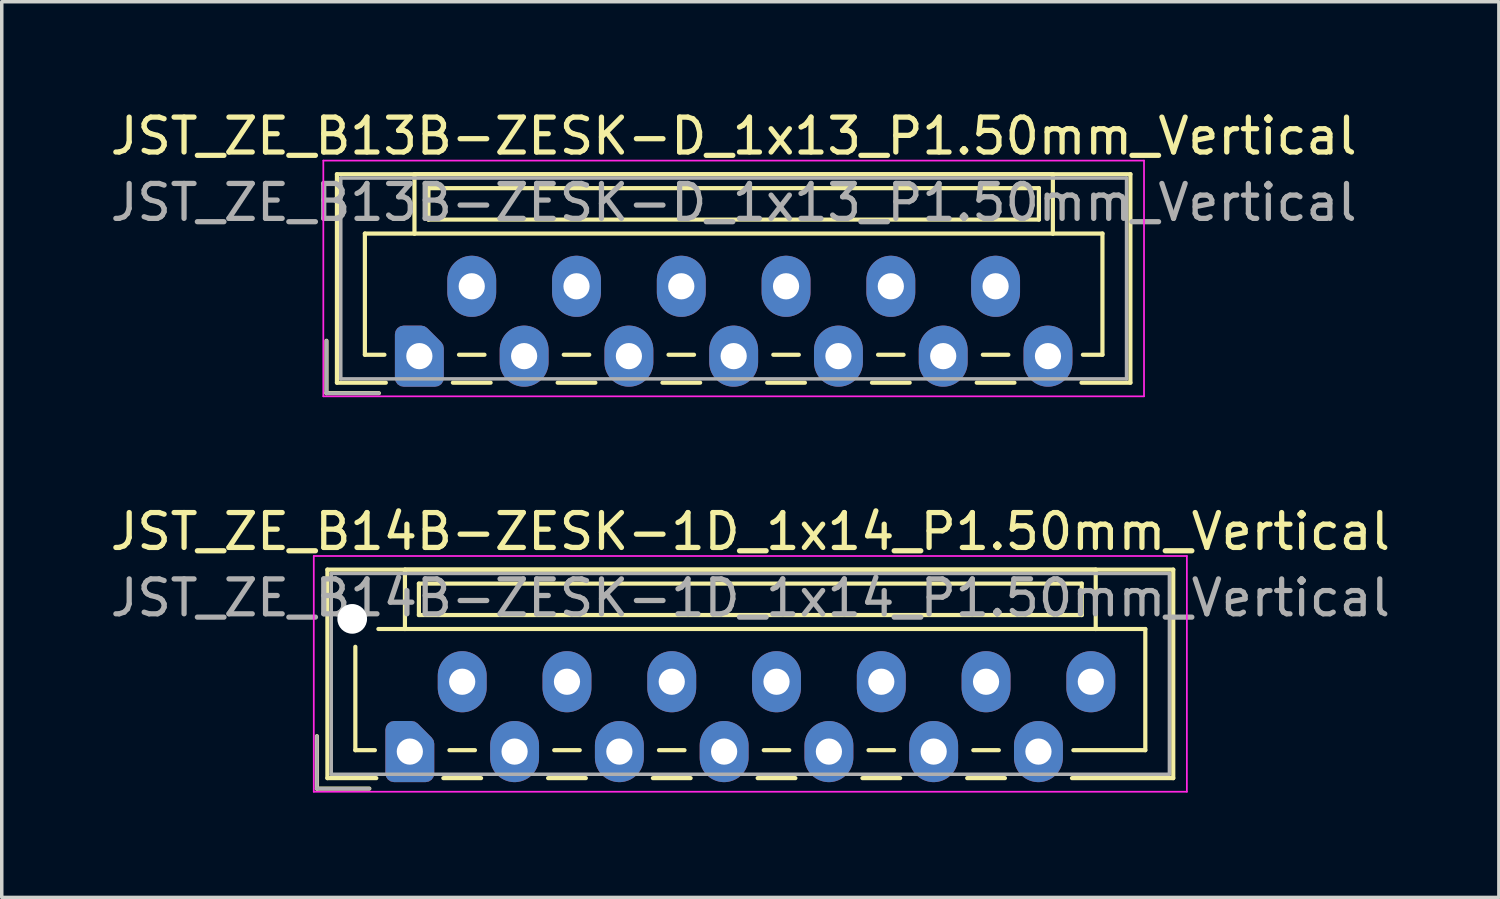
<source format=kicad_pcb>
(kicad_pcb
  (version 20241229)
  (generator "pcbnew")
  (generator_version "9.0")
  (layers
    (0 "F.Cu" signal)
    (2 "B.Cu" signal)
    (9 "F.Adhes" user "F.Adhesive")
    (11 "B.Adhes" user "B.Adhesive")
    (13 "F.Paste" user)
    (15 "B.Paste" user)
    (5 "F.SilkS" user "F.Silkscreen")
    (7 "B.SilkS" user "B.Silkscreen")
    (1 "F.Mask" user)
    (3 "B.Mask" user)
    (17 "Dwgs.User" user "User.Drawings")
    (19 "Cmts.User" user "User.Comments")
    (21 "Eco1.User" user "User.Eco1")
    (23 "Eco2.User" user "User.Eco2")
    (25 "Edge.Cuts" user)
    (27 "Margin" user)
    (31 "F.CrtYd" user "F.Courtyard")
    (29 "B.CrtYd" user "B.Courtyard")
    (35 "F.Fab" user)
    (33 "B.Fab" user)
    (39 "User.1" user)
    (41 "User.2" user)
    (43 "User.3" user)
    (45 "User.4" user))
  (footprint "JST_ZE_B14B-ZESK-1D_1x14_P1.50mm_Vertical"
    (layer "F.Cu")
    (at 8.685 18.471)
    (property "Reference" "JST_ZE_B14B-ZESK-1D_1x14_P1.50mm_Vertical" (at 9.75 -6.3 0) (layer "F.SilkS") (effects (font (size 1 1) (thickness 0.15))))
    (attr through_hole)
    (fp_line (start -2.66 -0.44) (end -2.66 1.06) (stroke (width 0.12) (type solid)) (layer "F.SilkS"))
    (fp_line (start -2.66 1.06) (end -1.16 1.06) (stroke (width 0.12) (type solid)) (layer "F.SilkS"))
    (fp_line (start -2.36 -5.21) (end 21.86 -5.21) (stroke (width 0.12) (type solid)) (layer "F.SilkS"))
    (fp_line (start -2.36 0.76) (end -2.36 -5.21) (stroke (width 0.12) (type solid)) (layer "F.SilkS"))
    (fp_line (start -1.56 -3) (end -1.56 -0.04) (stroke (width 0.12) (type solid)) (layer "F.SilkS"))
    (fp_line (start -1.56 -0.04) (end -1 -0.04) (stroke (width 0.12) (type solid)) (layer "F.SilkS"))
    (fp_line (start -0.96 0.76) (end -2.36 0.76) (stroke (width 0.12) (type solid)) (layer "F.SilkS"))
    (fp_line (start -0.14 -5.21) (end -0.14 -3.51) (stroke (width 0.12) (type solid)) (layer "F.SilkS"))
    (fp_line (start -0.14 -3.51) (end -0.9 -3.51) (stroke (width 0.12) (type solid)) (layer "F.SilkS"))
    (fp_line (start -0.14 -3.51) (end 19.64 -3.51) (stroke (width 0.12) (type solid)) (layer "F.SilkS"))
    (fp_line (start 0.26 -4.81) (end 0.26 -3.91) (stroke (width 0.12) (type solid)) (layer "F.SilkS"))
    (fp_line (start 0.26 -3.91) (end 19.24 -3.91) (stroke (width 0.12) (type solid)) (layer "F.SilkS"))
    (fp_line (start 0.96 0.76) (end 2.04 0.76) (stroke (width 0.12) (type solid)) (layer "F.SilkS"))
    (fp_line (start 1.135 -0.04) (end 1.865 -0.04) (stroke (width 0.12) (type solid)) (layer "F.SilkS"))
    (fp_line (start 3.96 0.76) (end 5.04 0.76) (stroke (width 0.12) (type solid)) (layer "F.SilkS"))
    (fp_line (start 4.135 -0.04) (end 4.865 -0.04) (stroke (width 0.12) (type solid)) (layer "F.SilkS"))
    (fp_line (start 6.96 0.76) (end 8.04 0.76) (stroke (width 0.12) (type solid)) (layer "F.SilkS"))
    (fp_line (start 7.135 -0.04) (end 7.865 -0.04) (stroke (width 0.12) (type solid)) (layer "F.SilkS"))
    (fp_line (start 9.96 0.76) (end 11.04 0.76) (stroke (width 0.12) (type solid)) (layer "F.SilkS"))
    (fp_line (start 10.135 -0.04) (end 10.865 -0.04) (stroke (width 0.12) (type solid)) (layer "F.SilkS"))
    (fp_line (start 12.96 0.76) (end 14.04 0.76) (stroke (width 0.12) (type solid)) (layer "F.SilkS"))
    (fp_line (start 13.135 -0.04) (end 13.865 -0.04) (stroke (width 0.12) (type solid)) (layer "F.SilkS"))
    (fp_line (start 15.96 0.76) (end 17.04 0.76) (stroke (width 0.12) (type solid)) (layer "F.SilkS"))
    (fp_line (start 16.135 -0.04) (end 16.865 -0.04) (stroke (width 0.12) (type solid)) (layer "F.SilkS"))
    (fp_line (start 19.24 -4.81) (end 0.26 -4.81) (stroke (width 0.12) (type solid)) (layer "F.SilkS"))
    (fp_line (start 19.24 -3.91) (end 19.24 -4.81) (stroke (width 0.12) (type solid)) (layer "F.SilkS"))
    (fp_line (start 19.64 -5.21) (end -0.14 -5.21) (stroke (width 0.12) (type solid)) (layer "F.SilkS"))
    (fp_line (start 19.64 -3.51) (end 19.64 -5.21) (stroke (width 0.12) (type solid)) (layer "F.SilkS"))
    (fp_line (start 19.64 -3.51) (end 21.06 -3.51) (stroke (width 0.12) (type solid)) (layer "F.SilkS"))
    (fp_line (start 21.06 -3.51) (end 21.06 -0.04) (stroke (width 0.12) (type solid)) (layer "F.SilkS"))
    (fp_line (start 21.06 -0.04) (end 19 -0.04) (stroke (width 0.12) (type solid)) (layer "F.SilkS"))
    (fp_line (start 21.86 -5.21) (end 21.86 0.76) (stroke (width 0.12) (type solid)) (layer "F.SilkS"))
    (fp_line (start 21.86 0.76) (end 18.96 0.76) (stroke (width 0.12) (type solid)) (layer "F.SilkS"))
    (fp_line (start -2.75 -5.6) (end -2.75 1.15) (stroke (width 0.05) (type solid)) (layer "F.CrtYd"))
    (fp_line (start -2.75 1.15) (end 22.25 1.15) (stroke (width 0.05) (type solid)) (layer "F.CrtYd"))
    (fp_line (start 22.25 -5.6) (end -2.75 -5.6) (stroke (width 0.05) (type solid)) (layer "F.CrtYd"))
    (fp_line (start 22.25 1.15) (end 22.25 -5.6) (stroke (width 0.05) (type solid)) (layer "F.CrtYd"))
    (fp_line (start -2.66 -0.44) (end -2.66 1.06) (stroke (width 0.1) (type solid)) (layer "F.Fab"))
    (fp_line (start -2.66 1.06) (end -1.16 1.06) (stroke (width 0.1) (type solid)) (layer "F.Fab"))
    (fp_line (start -2.25 -5.1) (end -2.25 0.65) (stroke (width 0.1) (type solid)) (layer "F.Fab"))
    (fp_line (start -2.25 0.65) (end 21.75 0.65) (stroke (width 0.1) (type solid)) (layer "F.Fab"))
    (fp_line (start 21.75 -5.1) (end -2.25 -5.1) (stroke (width 0.1) (type solid)) (layer "F.Fab"))
    (fp_line (start 21.75 0.65) (end 21.75 -5.1) (stroke (width 0.1) (type solid)) (layer "F.Fab"))
    (fp_text user "${REFERENCE}" (at 9.75 -4.4 0) (layer "F.Fab") (effects (font (size 1 1) (thickness 0.15))))
    (pad "" np_thru_hole circle (at -1.65 -3.8) (size 0.85 0.85) (drill 0.85) (layers "*.Cu" "*.Mask"))
    (pad "1" thru_hole custom (at 0 0) (size 1.117 1.117) (drill 0.75) (layers "*.Cu" "*.Mask") (options (anchor circle)) (primitives (gr_poly (pts (xy -0.45 -0.625) (xy 0.05 -0.625) (xy 0.45 -0.225) (xy 0.45 0.625) (xy -0.45 0.625)) (width 0.5) (fill yes))))
    (pad "2" thru_hole oval (at 1.5 -2) (size 1.4 1.75) (drill 0.75) (layers "*.Cu" "*.Mask"))
    (pad "3" thru_hole oval (at 3 0) (size 1.4 1.75) (drill 0.75) (layers "*.Cu" "*.Mask"))
    (pad "4" thru_hole oval (at 4.5 -2) (size 1.4 1.75) (drill 0.75) (layers "*.Cu" "*.Mask"))
    (pad "5" thru_hole oval (at 6 0) (size 1.4 1.75) (drill 0.75) (layers "*.Cu" "*.Mask"))
    (pad "6" thru_hole oval (at 7.5 -2) (size 1.4 1.75) (drill 0.75) (layers "*.Cu" "*.Mask"))
    (pad "7" thru_hole oval (at 9 0) (size 1.4 1.75) (drill 0.75) (layers "*.Cu" "*.Mask"))
    (pad "8" thru_hole oval (at 10.5 -2) (size 1.4 1.75) (drill 0.75) (layers "*.Cu" "*.Mask"))
    (pad "9" thru_hole oval (at 12 0) (size 1.4 1.75) (drill 0.75) (layers "*.Cu" "*.Mask"))
    (pad "10" thru_hole oval (at 13.5 -2) (size 1.4 1.75) (drill 0.75) (layers "*.Cu" "*.Mask"))
    (pad "11" thru_hole oval (at 15 0) (size 1.4 1.75) (drill 0.75) (layers "*.Cu" "*.Mask"))
    (pad "12" thru_hole oval (at 16.5 -2) (size 1.4 1.75) (drill 0.75) (layers "*.Cu" "*.Mask"))
    (pad "13" thru_hole oval (at 18 0) (size 1.4 1.75) (drill 0.75) (layers "*.Cu" "*.Mask"))
    (pad "14" thru_hole oval (at 19.5 -2) (size 1.4 1.75) (drill 0.75) (layers "*.Cu" "*.Mask")))
  (footprint "JST_ZE_B13B-ZESK-D_1x13_P1.50mm_Vertical"
    (layer "F.Cu")
    (at 8.958 7.148)
    (property "Reference" "JST_ZE_B13B-ZESK-D_1x13_P1.50mm_Vertical" (at 9 -6.3 0) (layer "F.SilkS") (effects (font (size 1 1) (thickness 0.15))))
    (attr through_hole)
    (fp_line (start -2.66 -0.44) (end -2.66 1.06) (stroke (width 0.12) (type solid)) (layer "F.SilkS"))
    (fp_line (start -2.66 1.06) (end -1.16 1.06) (stroke (width 0.12) (type solid)) (layer "F.SilkS"))
    (fp_line (start -2.36 -5.21) (end 20.36 -5.21) (stroke (width 0.12) (type solid)) (layer "F.SilkS"))
    (fp_line (start -2.36 0.76) (end -2.36 -5.21) (stroke (width 0.12) (type solid)) (layer "F.SilkS"))
    (fp_line (start -1.56 -3.51) (end -1.56 -0.04) (stroke (width 0.12) (type solid)) (layer "F.SilkS"))
    (fp_line (start -1.56 -0.04) (end -1 -0.04) (stroke (width 0.12) (type solid)) (layer "F.SilkS"))
    (fp_line (start -0.96 0.76) (end -2.36 0.76) (stroke (width 0.12) (type solid)) (layer "F.SilkS"))
    (fp_line (start -0.14 -5.21) (end -0.14 -3.51) (stroke (width 0.12) (type solid)) (layer "F.SilkS"))
    (fp_line (start -0.14 -3.51) (end -1.56 -3.51) (stroke (width 0.12) (type solid)) (layer "F.SilkS"))
    (fp_line (start -0.14 -3.51) (end 18.14 -3.51) (stroke (width 0.12) (type solid)) (layer "F.SilkS"))
    (fp_line (start 0.26 -4.81) (end 0.26 -3.91) (stroke (width 0.12) (type solid)) (layer "F.SilkS"))
    (fp_line (start 0.26 -3.91) (end 17.74 -3.91) (stroke (width 0.12) (type solid)) (layer "F.SilkS"))
    (fp_line (start 0.96 0.76) (end 2.04 0.76) (stroke (width 0.12) (type solid)) (layer "F.SilkS"))
    (fp_line (start 1.135 -0.04) (end 1.865 -0.04) (stroke (width 0.12) (type solid)) (layer "F.SilkS"))
    (fp_line (start 3.96 0.76) (end 5.04 0.76) (stroke (width 0.12) (type solid)) (layer "F.SilkS"))
    (fp_line (start 4.135 -0.04) (end 4.865 -0.04) (stroke (width 0.12) (type solid)) (layer "F.SilkS"))
    (fp_line (start 6.96 0.76) (end 8.04 0.76) (stroke (width 0.12) (type solid)) (layer "F.SilkS"))
    (fp_line (start 7.135 -0.04) (end 7.865 -0.04) (stroke (width 0.12) (type solid)) (layer "F.SilkS"))
    (fp_line (start 9.96 0.76) (end 11.04 0.76) (stroke (width 0.12) (type solid)) (layer "F.SilkS"))
    (fp_line (start 10.135 -0.04) (end 10.865 -0.04) (stroke (width 0.12) (type solid)) (layer "F.SilkS"))
    (fp_line (start 12.96 0.76) (end 14.04 0.76) (stroke (width 0.12) (type solid)) (layer "F.SilkS"))
    (fp_line (start 13.135 -0.04) (end 13.865 -0.04) (stroke (width 0.12) (type solid)) (layer "F.SilkS"))
    (fp_line (start 15.96 0.76) (end 17.04 0.76) (stroke (width 0.12) (type solid)) (layer "F.SilkS"))
    (fp_line (start 16.135 -0.04) (end 16.865 -0.04) (stroke (width 0.12) (type solid)) (layer "F.SilkS"))
    (fp_line (start 17.74 -4.81) (end 0.26 -4.81) (stroke (width 0.12) (type solid)) (layer "F.SilkS"))
    (fp_line (start 17.74 -3.91) (end 17.74 -4.81) (stroke (width 0.12) (type solid)) (layer "F.SilkS"))
    (fp_line (start 18.14 -5.21) (end -0.14 -5.21) (stroke (width 0.12) (type solid)) (layer "F.SilkS"))
    (fp_line (start 18.14 -3.51) (end 18.14 -5.21) (stroke (width 0.12) (type solid)) (layer "F.SilkS"))
    (fp_line (start 18.14 -3.51) (end 19.56 -3.51) (stroke (width 0.12) (type solid)) (layer "F.SilkS"))
    (fp_line (start 19.56 -3.51) (end 19.56 -0.04) (stroke (width 0.12) (type solid)) (layer "F.SilkS"))
    (fp_line (start 19.56 -0.04) (end 19 -0.04) (stroke (width 0.12) (type solid)) (layer "F.SilkS"))
    (fp_line (start 20.36 -5.21) (end 20.36 0.76) (stroke (width 0.12) (type solid)) (layer "F.SilkS"))
    (fp_line (start 20.36 0.76) (end 18.96 0.76) (stroke (width 0.12) (type solid)) (layer "F.SilkS"))
    (fp_line (start -2.75 -5.6) (end -2.75 1.15) (stroke (width 0.05) (type solid)) (layer "F.CrtYd"))
    (fp_line (start -2.75 1.15) (end 20.75 1.15) (stroke (width 0.05) (type solid)) (layer "F.CrtYd"))
    (fp_line (start 20.75 -5.6) (end -2.75 -5.6) (stroke (width 0.05) (type solid)) (layer "F.CrtYd"))
    (fp_line (start 20.75 1.15) (end 20.75 -5.6) (stroke (width 0.05) (type solid)) (layer "F.CrtYd"))
    (fp_line (start -2.66 -0.44) (end -2.66 1.06) (stroke (width 0.1) (type solid)) (layer "F.Fab"))
    (fp_line (start -2.66 1.06) (end -1.16 1.06) (stroke (width 0.1) (type solid)) (layer "F.Fab"))
    (fp_line (start -2.25 -5.1) (end -2.25 0.65) (stroke (width 0.1) (type solid)) (layer "F.Fab"))
    (fp_line (start -2.25 0.65) (end 20.25 0.65) (stroke (width 0.1) (type solid)) (layer "F.Fab"))
    (fp_line (start 20.25 -5.1) (end -2.25 -5.1) (stroke (width 0.1) (type solid)) (layer "F.Fab"))
    (fp_line (start 20.25 0.65) (end 20.25 -5.1) (stroke (width 0.1) (type solid)) (layer "F.Fab"))
    (fp_text user "${REFERENCE}" (at 9 -4.4 0) (layer "F.Fab") (effects (font (size 1 1) (thickness 0.15))))
    (pad "1" thru_hole custom (at 0 0) (size 1.117 1.117) (drill 0.75) (layers "*.Cu" "*.Mask") (options (anchor circle)) (primitives (gr_poly (pts (xy -0.45 -0.625) (xy 0.05 -0.625) (xy 0.45 -0.225) (xy 0.45 0.625) (xy -0.45 0.625)) (width 0.5) (fill yes))))
    (pad "2" thru_hole oval (at 1.5 -2) (size 1.4 1.75) (drill 0.75) (layers "*.Cu" "*.Mask"))
    (pad "3" thru_hole oval (at 3 0) (size 1.4 1.75) (drill 0.75) (layers "*.Cu" "*.Mask"))
    (pad "4" thru_hole oval (at 4.5 -2) (size 1.4 1.75) (drill 0.75) (layers "*.Cu" "*.Mask"))
    (pad "5" thru_hole oval (at 6 0) (size 1.4 1.75) (drill 0.75) (layers "*.Cu" "*.Mask"))
    (pad "6" thru_hole oval (at 7.5 -2) (size 1.4 1.75) (drill 0.75) (layers "*.Cu" "*.Mask"))
    (pad "7" thru_hole oval (at 9 0) (size 1.4 1.75) (drill 0.75) (layers "*.Cu" "*.Mask"))
    (pad "8" thru_hole oval (at 10.5 -2) (size 1.4 1.75) (drill 0.75) (layers "*.Cu" "*.Mask"))
    (pad "9" thru_hole oval (at 12 0) (size 1.4 1.75) (drill 0.75) (layers "*.Cu" "*.Mask"))
    (pad "10" thru_hole oval (at 13.5 -2) (size 1.4 1.75) (drill 0.75) (layers "*.Cu" "*.Mask"))
    (pad "11" thru_hole oval (at 15 0) (size 1.4 1.75) (drill 0.75) (layers "*.Cu" "*.Mask"))
    (pad "12" thru_hole oval (at 16.5 -2) (size 1.4 1.75) (drill 0.75) (layers "*.Cu" "*.Mask"))
    (pad "13" thru_hole oval (at 18 0) (size 1.4 1.75) (drill 0.75) (layers "*.Cu" "*.Mask")))
  (gr_rect
    (start -3 -3)
    (end 39.869 22.646)
    (stroke (width 0.1) (type default))
    (fill no)
    (layer "Edge.Cuts")))
</source>
